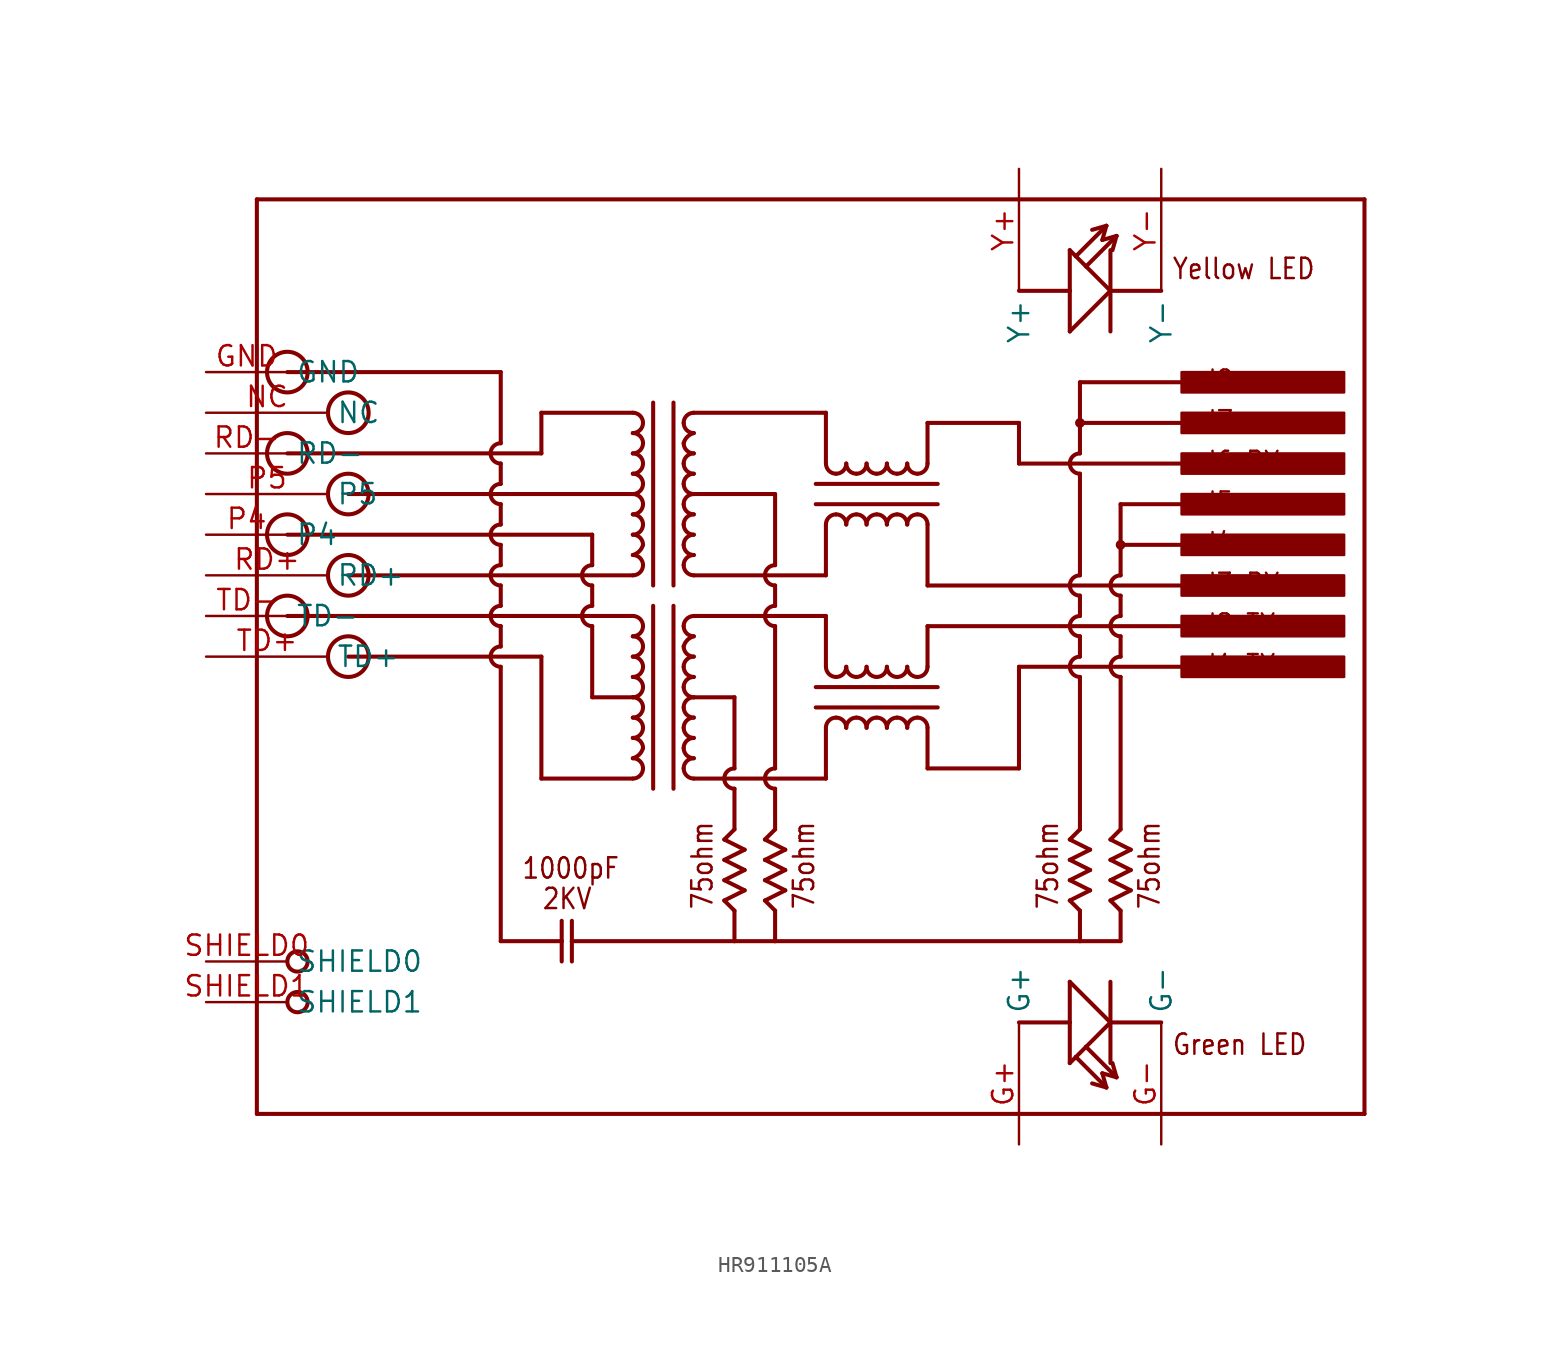
<source format=kicad_sym>
(kicad_symbol_lib
  (version 20211014)
  (generator kicad_symbol_editor)
  (symbol "HR911105A"
    (property "Reference" "RJ"
      (at 0 0 0)
      (effects (font (size 1.27 1.27)) hide))
    (property "ki_locked" ""
      (at 0 0 0)
      (effects (font (size 1.27 1.27))))
    (symbol "HR911105A_1_0"
      (circle (center -60.96 2.54) (radius 1.27) (stroke (width 0.254) (type default) (color 0 0 0 0)) (fill (type none)))
      (circle (center -60.96 7.62) (radius 1.27) (stroke (width 0.254) (type default) (color 0 0 0 0)) (fill (type none)))
      (circle (center -60.96 12.7) (radius 1.27) (stroke (width 0.254) (type default) (color 0 0 0 0)) (fill (type none)))
      (circle (center -60.96 17.78) (radius 1.27) (stroke (width 0.254) (type default) (color 0 0 0 0)) (fill (type none)))
      (circle (center -60.325 -21.59) (radius 0.635) (stroke (width 0.254) (type default) (color 0 0 0 0)) (fill (type none)))
      (circle (center -60.325 -19.05) (radius 0.635) (stroke (width 0.254) (type default) (color 0 0 0 0)) (fill (type none)))
      (circle (center -57.15 0) (radius 1.27) (stroke (width 0.254) (type default) (color 0 0 0 0)) (fill (type none)))
      (circle (center -57.15 5.08) (radius 1.27) (stroke (width 0.254) (type default) (color 0 0 0 0)) (fill (type none)))
      (circle (center -57.15 10.16) (radius 1.27) (stroke (width 0.254) (type default) (color 0 0 0 0)) (fill (type none)))
      (circle (center -57.15 15.24) (radius 1.27) (stroke (width 0.254) (type default) (color 0 0 0 0)) (fill (type none)))
      (arc (start -48.26 0) (mid -48.074 -0.449) (end -47.625 -0.635) (stroke (width 0.254) (type default) (color 0 0 0 0)) (fill (type none)))
      (arc (start -48.26 2.54) (mid -48.074 2.091) (end -47.625 1.905) (stroke (width 0.254) (type default) (color 0 0 0 0)) (fill (type none)))
      (arc (start -48.26 5.08) (mid -48.074 4.631) (end -47.625 4.445) (stroke (width 0.254) (type default) (color 0 0 0 0)) (fill (type none)))
      (arc (start -48.26 7.62) (mid -48.074 7.171) (end -47.625 6.985) (stroke (width 0.254) (type default) (color 0 0 0 0)) (fill (type none)))
      (arc (start -48.26 10.16) (mid -48.074 9.711) (end -47.625 9.525) (stroke (width 0.254) (type default) (color 0 0 0 0)) (fill (type none)))
      (arc (start -48.26 12.7) (mid -48.074 12.251) (end -47.625 12.065) (stroke (width 0.254) (type default) (color 0 0 0 0)) (fill (type none)))
      (arc (start -47.625 0.635) (mid -48.074 0.449) (end -48.26 0) (stroke (width 0.254) (type default) (color 0 0 0 0)) (fill (type none)))
      (arc (start -47.625 3.175) (mid -48.074 2.989) (end -48.26 2.54) (stroke (width 0.254) (type default) (color 0 0 0 0)) (fill (type none)))
      (arc (start -47.625 5.715) (mid -48.074 5.529) (end -48.26 5.08) (stroke (width 0.254) (type default) (color 0 0 0 0)) (fill (type none)))
      (arc (start -47.625 8.255) (mid -48.074 8.069) (end -48.26 7.62) (stroke (width 0.254) (type default) (color 0 0 0 0)) (fill (type none)))
      (arc (start -47.625 10.795) (mid -48.074 10.609) (end -48.26 10.16) (stroke (width 0.254) (type default) (color 0 0 0 0)) (fill (type none)))
      (arc (start -47.625 13.335) (mid -48.074 13.149) (end -48.26 12.7) (stroke (width 0.254) (type default) (color 0 0 0 0)) (fill (type none)))
      (arc (start -42.545 2.54) (mid -42.359 2.091) (end -41.91 1.905) (stroke (width 0.254) (type default) (color 0 0 0 0)) (fill (type none)))
      (arc (start -42.545 5.08) (mid -42.359 4.631) (end -41.91 4.445) (stroke (width 0.254) (type default) (color 0 0 0 0)) (fill (type none)))
      (arc (start -41.91 3.175) (mid -42.359 2.989) (end -42.545 2.54) (stroke (width 0.254) (type default) (color 0 0 0 0)) (fill (type none)))
      (arc (start -41.91 5.715) (mid -42.359 5.529) (end -42.545 5.08) (stroke (width 0.254) (type default) (color 0 0 0 0)) (fill (type none)))
      (arc (start -39.37 -7.62) (mid -38.921 -7.434) (end -38.735 -6.985) (stroke (width 0.254) (type default) (color 0 0 0 0)) (fill (type none)))
      (arc (start -39.37 -6.35) (mid -38.9674 -6.1176) (end -38.735 -5.715) (stroke (width 0.254) (type default) (color 0 0 0 0)) (fill (type none)))
      (arc (start -39.37 -5.08) (mid -38.921 -4.894) (end -38.735 -4.445) (stroke (width 0.254) (type default) (color 0 0 0 0)) (fill (type none)))
      (arc (start -39.37 -3.81) (mid -38.921 -3.624) (end -38.735 -3.175) (stroke (width 0.254) (type default) (color 0 0 0 0)) (fill (type none)))
      (arc (start -39.37 -2.54) (mid -38.921 -2.354) (end -38.735 -1.905) (stroke (width 0.254) (type default) (color 0 0 0 0)) (fill (type none)))
      (arc (start -39.37 -1.27) (mid -38.921 -1.084) (end -38.735 -0.635) (stroke (width 0.254) (type default) (color 0 0 0 0)) (fill (type none)))
      (arc (start -39.37 0) (mid -38.921 0.186) (end -38.735 0.635) (stroke (width 0.254) (type default) (color 0 0 0 0)) (fill (type none)))
      (arc (start -39.37 1.27) (mid -38.921 1.456) (end -38.735 1.905) (stroke (width 0.254) (type default) (color 0 0 0 0)) (fill (type none)))
      (arc (start -39.37 5.08) (mid -38.921 5.266) (end -38.735 5.715) (stroke (width 0.254) (type default) (color 0 0 0 0)) (fill (type none)))
      (arc (start -39.37 6.35) (mid -38.9674 6.5824) (end -38.735 6.985) (stroke (width 0.254) (type default) (color 0 0 0 0)) (fill (type none)))
      (arc (start -39.37 7.62) (mid -38.921 7.806) (end -38.735 8.255) (stroke (width 0.254) (type default) (color 0 0 0 0)) (fill (type none)))
      (arc (start -39.37 8.89) (mid -38.921 9.076) (end -38.735 9.525) (stroke (width 0.254) (type default) (color 0 0 0 0)) (fill (type none)))
      (arc (start -39.37 10.16) (mid -38.921 10.346) (end -38.735 10.795) (stroke (width 0.254) (type default) (color 0 0 0 0)) (fill (type none)))
      (arc (start -39.37 11.43) (mid -38.921 11.616) (end -38.735 12.065) (stroke (width 0.254) (type default) (color 0 0 0 0)) (fill (type none)))
      (arc (start -39.37 12.7) (mid -38.921 12.886) (end -38.735 13.335) (stroke (width 0.254) (type default) (color 0 0 0 0)) (fill (type none)))
      (arc (start -39.37 13.97) (mid -38.921 14.156) (end -38.735 14.605) (stroke (width 0.254) (type default) (color 0 0 0 0)) (fill (type none)))
      (arc (start -38.735 -6.985) (mid -38.921 -6.536) (end -39.37 -6.35) (stroke (width 0.254) (type default) (color 0 0 0 0)) (fill (type none)))
      (arc (start -38.735 -5.715) (mid -38.921 -5.266) (end -39.37 -5.08) (stroke (width 0.254) (type default) (color 0 0 0 0)) (fill (type none)))
      (arc (start -38.735 -4.445) (mid -38.921 -3.996) (end -39.37 -3.81) (stroke (width 0.254) (type default) (color 0 0 0 0)) (fill (type none)))
      (arc (start -38.735 -3.175) (mid -38.921 -2.726) (end -39.37 -2.54) (stroke (width 0.254) (type default) (color 0 0 0 0)) (fill (type none)))
      (arc (start -38.735 -1.905) (mid -38.921 -1.456) (end -39.37 -1.27) (stroke (width 0.254) (type default) (color 0 0 0 0)) (fill (type none)))
      (arc (start -38.735 -0.635) (mid -38.921 -0.186) (end -39.37 0) (stroke (width 0.254) (type default) (color 0 0 0 0)) (fill (type none)))
      (arc (start -38.735 0.635) (mid -38.921 1.084) (end -39.37 1.27) (stroke (width 0.254) (type default) (color 0 0 0 0)) (fill (type none)))
      (arc (start -38.735 1.905) (mid -38.921 2.354) (end -39.37 2.54) (stroke (width 0.254) (type default) (color 0 0 0 0)) (fill (type none)))
      (arc (start -38.735 5.715) (mid -38.921 6.164) (end -39.37 6.35) (stroke (width 0.254) (type default) (color 0 0 0 0)) (fill (type none)))
      (arc (start -38.735 6.985) (mid -38.921 7.434) (end -39.37 7.62) (stroke (width 0.254) (type default) (color 0 0 0 0)) (fill (type none)))
      (arc (start -38.735 8.255) (mid -38.921 8.704) (end -39.37 8.89) (stroke (width 0.254) (type default) (color 0 0 0 0)) (fill (type none)))
      (arc (start -38.735 9.525) (mid -38.921 9.974) (end -39.37 10.16) (stroke (width 0.254) (type default) (color 0 0 0 0)) (fill (type none)))
      (arc (start -38.735 10.795) (mid -38.921 11.244) (end -39.37 11.43) (stroke (width 0.254) (type default) (color 0 0 0 0)) (fill (type none)))
      (arc (start -38.735 12.065) (mid -38.921 12.514) (end -39.37 12.7) (stroke (width 0.254) (type default) (color 0 0 0 0)) (fill (type none)))
      (arc (start -38.735 13.335) (mid -38.921 13.784) (end -39.37 13.97) (stroke (width 0.254) (type default) (color 0 0 0 0)) (fill (type none)))
      (arc (start -38.735 14.605) (mid -38.921 15.054) (end -39.37 15.24) (stroke (width 0.254) (type default) (color 0 0 0 0)) (fill (type none)))
      (arc (start -36.195 -6.985) (mid -36.009 -7.434) (end -35.56 -7.62) (stroke (width 0.254) (type default) (color 0 0 0 0)) (fill (type none)))
      (arc (start -36.195 -5.715) (mid -36.009 -6.164) (end -35.56 -6.35) (stroke (width 0.254) (type default) (color 0 0 0 0)) (fill (type none)))
      (arc (start -36.195 -4.445) (mid -36.009 -4.894) (end -35.56 -5.08) (stroke (width 0.254) (type default) (color 0 0 0 0)) (fill (type none)))
      (arc (start -36.195 -3.175) (mid -36.009 -3.624) (end -35.56 -3.81) (stroke (width 0.254) (type default) (color 0 0 0 0)) (fill (type none)))
      (arc (start -36.195 -1.905) (mid -36.009 -2.354) (end -35.56 -2.54) (stroke (width 0.254) (type default) (color 0 0 0 0)) (fill (type none)))
      (arc (start -36.195 -0.635) (mid -36.009 -1.084) (end -35.56 -1.27) (stroke (width 0.254) (type default) (color 0 0 0 0)) (fill (type none)))
      (arc (start -36.195 0.635) (mid -36.009 0.186) (end -35.56 0) (stroke (width 0.254) (type default) (color 0 0 0 0)) (fill (type none)))
      (arc (start -36.195 1.905) (mid -36.009 1.456) (end -35.56 1.27) (stroke (width 0.254) (type default) (color 0 0 0 0)) (fill (type none)))
      (arc (start -36.195 5.715) (mid -36.009 5.266) (end -35.56 5.08) (stroke (width 0.254) (type default) (color 0 0 0 0)) (fill (type none)))
      (arc (start -36.195 6.985) (mid -36.009 6.536) (end -35.56 6.35) (stroke (width 0.254) (type default) (color 0 0 0 0)) (fill (type none)))
      (arc (start -36.195 8.255) (mid -36.009 7.806) (end -35.56 7.62) (stroke (width 0.254) (type default) (color 0 0 0 0)) (fill (type none)))
      (arc (start -36.195 9.525) (mid -36.009 9.076) (end -35.56 8.89) (stroke (width 0.254) (type default) (color 0 0 0 0)) (fill (type none)))
      (arc (start -36.195 10.795) (mid -36.009 10.346) (end -35.56 10.16) (stroke (width 0.254) (type default) (color 0 0 0 0)) (fill (type none)))
      (arc (start -36.195 12.065) (mid -36.009 11.616) (end -35.56 11.43) (stroke (width 0.254) (type default) (color 0 0 0 0)) (fill (type none)))
      (arc (start -36.195 13.335) (mid -36.009 12.886) (end -35.56 12.7) (stroke (width 0.254) (type default) (color 0 0 0 0)) (fill (type none)))
      (arc (start -36.195 14.605) (mid -36.009 14.156) (end -35.56 13.97) (stroke (width 0.254) (type default) (color 0 0 0 0)) (fill (type none)))
      (arc (start -35.56 -6.35) (mid -36.009 -6.536) (end -36.195 -6.985) (stroke (width 0.254) (type default) (color 0 0 0 0)) (fill (type none)))
      (arc (start -35.56 -5.08) (mid -36.009 -5.266) (end -36.195 -5.715) (stroke (width 0.254) (type default) (color 0 0 0 0)) (fill (type none)))
      (arc (start -35.56 -3.81) (mid -36.009 -3.996) (end -36.195 -4.445) (stroke (width 0.254) (type default) (color 0 0 0 0)) (fill (type none)))
      (arc (start -35.56 -2.54) (mid -36.009 -2.726) (end -36.195 -3.175) (stroke (width 0.254) (type default) (color 0 0 0 0)) (fill (type none)))
      (arc (start -35.56 -1.27) (mid -36.009 -1.456) (end -36.195 -1.905) (stroke (width 0.254) (type default) (color 0 0 0 0)) (fill (type none)))
      (arc (start -35.56 0) (mid -36.009 -0.186) (end -36.195 -0.635) (stroke (width 0.254) (type default) (color 0 0 0 0)) (fill (type none)))
      (arc (start -35.56 1.27) (mid -35.9626 1.0376) (end -36.195 0.635) (stroke (width 0.254) (type default) (color 0 0 0 0)) (fill (type none)))
      (arc (start -35.56 2.54) (mid -36.009 2.354) (end -36.195 1.905) (stroke (width 0.254) (type default) (color 0 0 0 0)) (fill (type none)))
      (arc (start -35.56 6.35) (mid -36.009 6.164) (end -36.195 5.715) (stroke (width 0.254) (type default) (color 0 0 0 0)) (fill (type none)))
      (arc (start -35.56 7.62) (mid -36.009 7.434) (end -36.195 6.985) (stroke (width 0.254) (type default) (color 0 0 0 0)) (fill (type none)))
      (arc (start -35.56 8.89) (mid -36.009 8.704) (end -36.195 8.255) (stroke (width 0.254) (type default) (color 0 0 0 0)) (fill (type none)))
      (arc (start -35.56 10.16) (mid -36.009 9.974) (end -36.195 9.525) (stroke (width 0.254) (type default) (color 0 0 0 0)) (fill (type none)))
      (arc (start -35.56 11.43) (mid -36.009 11.244) (end -36.195 10.795) (stroke (width 0.254) (type default) (color 0 0 0 0)) (fill (type none)))
      (arc (start -35.56 12.7) (mid -36.009 12.514) (end -36.195 12.065) (stroke (width 0.254) (type default) (color 0 0 0 0)) (fill (type none)))
      (arc (start -35.56 13.97) (mid -35.9626 13.7376) (end -36.195 13.335) (stroke (width 0.254) (type default) (color 0 0 0 0)) (fill (type none)))
      (arc (start -35.56 15.24) (mid -36.009 15.054) (end -36.195 14.605) (stroke (width 0.254) (type default) (color 0 0 0 0)) (fill (type none)))
      (arc (start -33.655 -7.62) (mid -33.469 -8.069) (end -33.02 -8.255) (stroke (width 0.254) (type default) (color 0 0 0 0)) (fill (type none)))
      (arc (start -33.02 -6.985) (mid -33.469 -7.171) (end -33.655 -7.62) (stroke (width 0.254) (type default) (color 0 0 0 0)) (fill (type none)))
      (arc (start -31.115 -7.62) (mid -30.929 -8.069) (end -30.48 -8.255) (stroke (width 0.254) (type default) (color 0 0 0 0)) (fill (type none)))
      (arc (start -31.115 2.54) (mid -30.929 2.091) (end -30.48 1.905) (stroke (width 0.254) (type default) (color 0 0 0 0)) (fill (type none)))
      (arc (start -31.115 5.08) (mid -30.929 4.631) (end -30.48 4.445) (stroke (width 0.254) (type default) (color 0 0 0 0)) (fill (type none)))
      (arc (start -30.48 -6.985) (mid -30.929 -7.171) (end -31.115 -7.62) (stroke (width 0.254) (type default) (color 0 0 0 0)) (fill (type none)))
      (arc (start -30.48 3.175) (mid -30.929 2.989) (end -31.115 2.54) (stroke (width 0.254) (type default) (color 0 0 0 0)) (fill (type none)))
      (arc (start -30.48 5.715) (mid -30.929 5.529) (end -31.115 5.08) (stroke (width 0.254) (type default) (color 0 0 0 0)) (fill (type none)))
      (arc (start -27.305 -0.635) (mid -27.119 -1.084) (end -26.67 -1.27) (stroke (width 0.254) (type default) (color 0 0 0 0)) (fill (type none)))
      (arc (start -27.305 12.065) (mid -27.119 11.616) (end -26.67 11.43) (stroke (width 0.254) (type default) (color 0 0 0 0)) (fill (type none)))
      (arc (start -26.67 -3.81) (mid -27.119 -3.996) (end -27.305 -4.445) (stroke (width 0.254) (type default) (color 0 0 0 0)) (fill (type none)))
      (arc (start -26.67 -1.27) (mid -26.221 -1.084) (end -26.035 -0.635) (stroke (width 0.254) (type default) (color 0 0 0 0)) (fill (type none)))
      (arc (start -26.67 8.89) (mid -27.119 8.704) (end -27.305 8.255) (stroke (width 0.254) (type default) (color 0 0 0 0)) (fill (type none)))
      (arc (start -26.67 11.43) (mid -26.221 11.616) (end -26.035 12.065) (stroke (width 0.254) (type default) (color 0 0 0 0)) (fill (type none)))
      (arc (start -26.035 -4.445) (mid -26.221 -3.996) (end -26.67 -3.81) (stroke (width 0.254) (type default) (color 0 0 0 0)) (fill (type none)))
      (arc (start -26.035 -0.635) (mid -25.849 -1.084) (end -25.4 -1.27) (stroke (width 0.254) (type default) (color 0 0 0 0)) (fill (type none)))
      (arc (start -26.035 8.255) (mid -26.221 8.704) (end -26.67 8.89) (stroke (width 0.254) (type default) (color 0 0 0 0)) (fill (type none)))
      (arc (start -26.035 12.065) (mid -25.849 11.616) (end -25.4 11.43) (stroke (width 0.254) (type default) (color 0 0 0 0)) (fill (type none)))
      (arc (start -25.4 -3.81) (mid -25.849 -3.996) (end -26.035 -4.445) (stroke (width 0.254) (type default) (color 0 0 0 0)) (fill (type none)))
      (arc (start -25.4 -1.27) (mid -24.951 -1.084) (end -24.765 -0.635) (stroke (width 0.254) (type default) (color 0 0 0 0)) (fill (type none)))
      (arc (start -25.4 8.89) (mid -25.849 8.704) (end -26.035 8.255) (stroke (width 0.254) (type default) (color 0 0 0 0)) (fill (type none)))
      (arc (start -25.4 11.43) (mid -24.951 11.616) (end -24.765 12.065) (stroke (width 0.254) (type default) (color 0 0 0 0)) (fill (type none)))
      (arc (start -24.765 -4.445) (mid -24.951 -3.996) (end -25.4 -3.81) (stroke (width 0.254) (type default) (color 0 0 0 0)) (fill (type none)))
      (arc (start -24.765 -0.635) (mid -24.579 -1.084) (end -24.13 -1.27) (stroke (width 0.254) (type default) (color 0 0 0 0)) (fill (type none)))
      (arc (start -24.765 8.255) (mid -24.951 8.704) (end -25.4 8.89) (stroke (width 0.254) (type default) (color 0 0 0 0)) (fill (type none)))
      (arc (start -24.765 12.065) (mid -24.579 11.616) (end -24.13 11.43) (stroke (width 0.254) (type default) (color 0 0 0 0)) (fill (type none)))
      (arc (start -24.13 -3.81) (mid -24.579 -3.996) (end -24.765 -4.445) (stroke (width 0.254) (type default) (color 0 0 0 0)) (fill (type none)))
      (arc (start -24.13 -1.27) (mid -23.681 -1.084) (end -23.495 -0.635) (stroke (width 0.254) (type default) (color 0 0 0 0)) (fill (type none)))
      (arc (start -24.13 8.89) (mid -24.579 8.704) (end -24.765 8.255) (stroke (width 0.254) (type default) (color 0 0 0 0)) (fill (type none)))
      (arc (start -24.13 11.43) (mid -23.681 11.616) (end -23.495 12.065) (stroke (width 0.254) (type default) (color 0 0 0 0)) (fill (type none)))
      (arc (start -23.495 -4.445) (mid -23.681 -3.996) (end -24.13 -3.81) (stroke (width 0.254) (type default) (color 0 0 0 0)) (fill (type none)))
      (arc (start -23.495 -0.635) (mid -23.309 -1.084) (end -22.86 -1.27) (stroke (width 0.254) (type default) (color 0 0 0 0)) (fill (type none)))
      (arc (start -23.495 8.255) (mid -23.681 8.704) (end -24.13 8.89) (stroke (width 0.254) (type default) (color 0 0 0 0)) (fill (type none)))
      (arc (start -23.495 12.065) (mid -23.309 11.616) (end -22.86 11.43) (stroke (width 0.254) (type default) (color 0 0 0 0)) (fill (type none)))
      (arc (start -22.86 -3.81) (mid -23.309 -3.996) (end -23.495 -4.445) (stroke (width 0.254) (type default) (color 0 0 0 0)) (fill (type none)))
      (arc (start -22.86 -1.27) (mid -22.411 -1.084) (end -22.225 -0.635) (stroke (width 0.254) (type default) (color 0 0 0 0)) (fill (type none)))
      (arc (start -22.86 8.89) (mid -23.309 8.704) (end -23.495 8.255) (stroke (width 0.254) (type default) (color 0 0 0 0)) (fill (type none)))
      (arc (start -22.86 11.43) (mid -22.411 11.616) (end -22.225 12.065) (stroke (width 0.254) (type default) (color 0 0 0 0)) (fill (type none)))
      (arc (start -22.225 -4.445) (mid -22.411 -3.996) (end -22.86 -3.81) (stroke (width 0.254) (type default) (color 0 0 0 0)) (fill (type none)))
      (arc (start -22.225 -0.635) (mid -22.039 -1.084) (end -21.59 -1.27) (stroke (width 0.254) (type default) (color 0 0 0 0)) (fill (type none)))
      (arc (start -22.225 8.255) (mid -22.411 8.704) (end -22.86 8.89) (stroke (width 0.254) (type default) (color 0 0 0 0)) (fill (type none)))
      (arc (start -22.225 12.065) (mid -22.039 11.616) (end -21.59 11.43) (stroke (width 0.254) (type default) (color 0 0 0 0)) (fill (type none)))
      (arc (start -21.59 -3.81) (mid -22.039 -3.996) (end -22.225 -4.445) (stroke (width 0.254) (type default) (color 0 0 0 0)) (fill (type none)))
      (arc (start -21.59 -1.27) (mid -21.141 -1.084) (end -20.955 -0.635) (stroke (width 0.254) (type default) (color 0 0 0 0)) (fill (type none)))
      (arc (start -21.59 8.89) (mid -22.039 8.704) (end -22.225 8.255) (stroke (width 0.254) (type default) (color 0 0 0 0)) (fill (type none)))
      (arc (start -21.59 11.43) (mid -21.141 11.616) (end -20.955 12.065) (stroke (width 0.254) (type default) (color 0 0 0 0)) (fill (type none)))
      (arc (start -20.955 -4.445) (mid -21.141 -3.996) (end -21.59 -3.81) (stroke (width 0.254) (type default) (color 0 0 0 0)) (fill (type none)))
      (arc (start -20.955 8.255) (mid -21.141 8.704) (end -21.59 8.89) (stroke (width 0.254) (type default) (color 0 0 0 0)) (fill (type none)))
      (arc (start -12.065 -0.635) (mid -11.879 -1.084) (end -11.43 -1.27) (stroke (width 0.254) (type default) (color 0 0 0 0)) (fill (type none)))
      (arc (start -12.065 1.905) (mid -11.879 1.456) (end -11.43 1.27) (stroke (width 0.254) (type default) (color 0 0 0 0)) (fill (type none)))
      (arc (start -12.065 4.445) (mid -11.879 3.996) (end -11.43 3.81) (stroke (width 0.254) (type default) (color 0 0 0 0)) (fill (type none)))
      (arc (start -12.065 12.065) (mid -11.879 11.616) (end -11.43 11.43) (stroke (width 0.254) (type default) (color 0 0 0 0)) (fill (type none)))
      (arc (start -11.43 0) (mid -11.879 -0.186) (end -12.065 -0.635) (stroke (width 0.254) (type default) (color 0 0 0 0)) (fill (type none)))
      (arc (start -11.43 2.54) (mid -11.879 2.354) (end -12.065 1.905) (stroke (width 0.254) (type default) (color 0 0 0 0)) (fill (type none)))
      (arc (start -11.43 5.08) (mid -11.879 4.894) (end -12.065 4.445) (stroke (width 0.254) (type default) (color 0 0 0 0)) (fill (type none)))
      (arc (start -11.43 12.7) (mid -11.879 12.514) (end -12.065 12.065) (stroke (width 0.254) (type default) (color 0 0 0 0)) (fill (type none)))
      (circle (center -11.43 14.605) (radius 0.18) (stroke (width 0.254) (type default) (color 0 0 0 0)) (fill (type none)))
      (arc (start -9.525 -0.635) (mid -9.339 -1.084) (end -8.89 -1.27) (stroke (width 0.254) (type default) (color 0 0 0 0)) (fill (type none)))
      (arc (start -9.525 1.905) (mid -9.339 1.456) (end -8.89 1.27) (stroke (width 0.254) (type default) (color 0 0 0 0)) (fill (type none)))
      (arc (start -9.525 4.445) (mid -9.339 3.996) (end -8.89 3.81) (stroke (width 0.254) (type default) (color 0 0 0 0)) (fill (type none)))
      (arc (start -8.89 0) (mid -9.339 -0.186) (end -9.525 -0.635) (stroke (width 0.254) (type default) (color 0 0 0 0)) (fill (type none)))
      (arc (start -8.89 2.54) (mid -9.339 2.354) (end -9.525 1.905) (stroke (width 0.254) (type default) (color 0 0 0 0)) (fill (type none)))
      (arc (start -8.89 5.08) (mid -9.339 4.894) (end -9.525 4.445) (stroke (width 0.254) (type default) (color 0 0 0 0)) (fill (type none)))
      (circle (center -8.89 6.985) (radius 0.18) (stroke (width 0.254) (type default) (color 0 0 0 0)) (fill (type none)))
      (rectangle (start -5.08 -1.27) (end 5.08 0) (stroke (width 0) (type default) (color 0 0 0 0)) (fill (type outline)))
      (rectangle (start -5.08 1.27) (end 5.08 2.54) (stroke (width 0) (type default) (color 0 0 0 0)) (fill (type outline)))
      (rectangle (start -5.08 3.81) (end 5.08 5.08) (stroke (width 0) (type default) (color 0 0 0 0)) (fill (type outline)))
      (rectangle (start -5.08 6.35) (end 5.08 7.62) (stroke (width 0) (type default) (color 0 0 0 0)) (fill (type outline)))
      (rectangle (start -5.08 8.89) (end 5.08 10.16) (stroke (width 0) (type default) (color 0 0 0 0)) (fill (type outline)))
      (rectangle (start -5.08 11.43) (end 5.08 12.7) (stroke (width 0) (type default) (color 0 0 0 0)) (fill (type outline)))
      (rectangle (start -5.08 13.97) (end 5.08 15.24) (stroke (width 0) (type default) (color 0 0 0 0)) (fill (type outline)))
      (rectangle (start -5.08 16.51) (end 5.08 17.78) (stroke (width 0) (type default) (color 0 0 0 0)) (fill (type outline)))
      (polyline (pts (xy -62.865 -28.575) (xy -62.865 28.575)) (stroke (width 0.254) (type default) (color 0 0 0 0)) (fill (type none)))
      (polyline (pts (xy -62.865 28.575) (xy 6.35 28.575)) (stroke (width 0.254) (type default) (color 0 0 0 0)) (fill (type none)))
      (polyline (pts (xy -60.96 7.62) (xy -48.26 7.62)) (stroke (width 0.254) (type default) (color 0 0 0 0)) (fill (type none)))
      (polyline (pts (xy -60.96 12.7) (xy -48.26 12.7)) (stroke (width 0.254) (type default) (color 0 0 0 0)) (fill (type none)))
      (polyline (pts (xy -60.96 17.78) (xy -47.625 17.78)) (stroke (width 0.254) (type default) (color 0 0 0 0)) (fill (type none)))
      (polyline (pts (xy -57.15 5.08) (xy -48.26 5.08)) (stroke (width 0.254) (type default) (color 0 0 0 0)) (fill (type none)))
      (polyline (pts (xy -48.26 0) (xy -57.15 0)) (stroke (width 0.254) (type default) (color 0 0 0 0)) (fill (type none)))
      (polyline (pts (xy -48.26 2.54) (xy -60.96 2.54)) (stroke (width 0.254) (type default) (color 0 0 0 0)) (fill (type none)))
      (polyline (pts (xy -48.26 5.08) (xy -42.545 5.08)) (stroke (width 0.254) (type default) (color 0 0 0 0)) (fill (type none)))
      (polyline (pts (xy -48.26 7.62) (xy -41.91 7.62)) (stroke (width 0.254) (type default) (color 0 0 0 0)) (fill (type none)))
      (polyline (pts (xy -48.26 10.16) (xy -57.15 10.16)) (stroke (width 0.254) (type default) (color 0 0 0 0)) (fill (type none)))
      (polyline (pts (xy -48.26 12.7) (xy -45.085 12.7)) (stroke (width 0.254) (type default) (color 0 0 0 0)) (fill (type none)))
      (polyline (pts (xy -47.625 -17.78) (xy -47.625 -0.635)) (stroke (width 0.254) (type default) (color 0 0 0 0)) (fill (type none)))
      (polyline (pts (xy -47.625 0.635) (xy -47.625 1.905)) (stroke (width 0.254) (type default) (color 0 0 0 0)) (fill (type none)))
      (polyline (pts (xy -47.625 3.175) (xy -47.625 4.445)) (stroke (width 0.254) (type default) (color 0 0 0 0)) (fill (type none)))
      (polyline (pts (xy -47.625 5.715) (xy -47.625 6.985)) (stroke (width 0.254) (type default) (color 0 0 0 0)) (fill (type none)))
      (polyline (pts (xy -47.625 8.255) (xy -47.625 9.525)) (stroke (width 0.254) (type default) (color 0 0 0 0)) (fill (type none)))
      (polyline (pts (xy -47.625 10.795) (xy -47.625 12.065)) (stroke (width 0.254) (type default) (color 0 0 0 0)) (fill (type none)))
      (polyline (pts (xy -47.625 17.78) (xy -47.625 13.335)) (stroke (width 0.254) (type default) (color 0 0 0 0)) (fill (type none)))
      (polyline (pts (xy -45.085 -7.62) (xy -45.085 0)) (stroke (width 0.254) (type default) (color 0 0 0 0)) (fill (type none)))
      (polyline (pts (xy -45.085 0) (xy -48.26 0)) (stroke (width 0.254) (type default) (color 0 0 0 0)) (fill (type none)))
      (polyline (pts (xy -45.085 12.7) (xy -45.085 15.24)) (stroke (width 0.254) (type default) (color 0 0 0 0)) (fill (type none)))
      (polyline (pts (xy -43.815 -17.78) (xy -47.625 -17.78)) (stroke (width 0.254) (type default) (color 0 0 0 0)) (fill (type none)))
      (polyline (pts (xy -43.815 -17.78) (xy -43.815 -19.05)) (stroke (width 0.254) (type default) (color 0 0 0 0)) (fill (type none)))
      (polyline (pts (xy -43.815 -16.51) (xy -43.815 -17.78)) (stroke (width 0.254) (type default) (color 0 0 0 0)) (fill (type none)))
      (polyline (pts (xy -43.18 -17.78) (xy -43.18 -19.05)) (stroke (width 0.254) (type default) (color 0 0 0 0)) (fill (type none)))
      (polyline (pts (xy -43.18 -17.78) (xy -43.18 -16.51)) (stroke (width 0.254) (type default) (color 0 0 0 0)) (fill (type none)))
      (polyline (pts (xy -42.545 2.54) (xy -48.26 2.54)) (stroke (width 0.254) (type default) (color 0 0 0 0)) (fill (type none)))
      (polyline (pts (xy -42.545 5.08) (xy -39.37 5.08)) (stroke (width 0.254) (type default) (color 0 0 0 0)) (fill (type none)))
      (polyline (pts (xy -41.91 -2.54) (xy -39.37 -2.54)) (stroke (width 0.254) (type default) (color 0 0 0 0)) (fill (type none)))
      (polyline (pts (xy -41.91 1.905) (xy -41.91 -2.54)) (stroke (width 0.254) (type default) (color 0 0 0 0)) (fill (type none)))
      (polyline (pts (xy -41.91 4.445) (xy -41.91 3.175)) (stroke (width 0.254) (type default) (color 0 0 0 0)) (fill (type none)))
      (polyline (pts (xy -41.91 7.62) (xy -41.91 5.715)) (stroke (width 0.254) (type default) (color 0 0 0 0)) (fill (type none)))
      (polyline (pts (xy -39.37 -7.62) (xy -45.085 -7.62)) (stroke (width 0.254) (type default) (color 0 0 0 0)) (fill (type none)))
      (polyline (pts (xy -39.37 2.54) (xy -42.545 2.54)) (stroke (width 0.254) (type default) (color 0 0 0 0)) (fill (type none)))
      (polyline (pts (xy -39.37 10.16) (xy -48.26 10.16)) (stroke (width 0.254) (type default) (color 0 0 0 0)) (fill (type none)))
      (polyline (pts (xy -39.37 15.24) (xy -45.085 15.24)) (stroke (width 0.254) (type default) (color 0 0 0 0)) (fill (type none)))
      (polyline (pts (xy -38.1 3.175) (xy -38.1 -8.255)) (stroke (width 0.254) (type default) (color 0 0 0 0)) (fill (type none)))
      (polyline (pts (xy -38.1 15.875) (xy -38.1 4.445)) (stroke (width 0.254) (type default) (color 0 0 0 0)) (fill (type none)))
      (polyline (pts (xy -36.83 3.175) (xy -36.83 -8.255)) (stroke (width 0.254) (type default) (color 0 0 0 0)) (fill (type none)))
      (polyline (pts (xy -36.83 15.875) (xy -36.83 4.445)) (stroke (width 0.254) (type default) (color 0 0 0 0)) (fill (type none)))
      (polyline (pts (xy -35.56 -7.62) (xy -33.655 -7.62)) (stroke (width 0.254) (type default) (color 0 0 0 0)) (fill (type none)))
      (polyline (pts (xy -35.56 5.08) (xy -31.115 5.08)) (stroke (width 0.254) (type default) (color 0 0 0 0)) (fill (type none)))
      (polyline (pts (xy -35.56 10.16) (xy -30.48 10.16)) (stroke (width 0.254) (type default) (color 0 0 0 0)) (fill (type none)))
      (polyline (pts (xy -33.655 -15.24) (xy -33.02 -15.875)) (stroke (width 0.254) (type default) (color 0 0 0 0)) (fill (type none)))
      (polyline (pts (xy -33.655 -13.97) (xy -32.385 -14.605)) (stroke (width 0.254) (type default) (color 0 0 0 0)) (fill (type none)))
      (polyline (pts (xy -33.655 -12.7) (xy -32.385 -13.335)) (stroke (width 0.254) (type default) (color 0 0 0 0)) (fill (type none)))
      (polyline (pts (xy -33.655 -11.43) (xy -32.385 -12.065)) (stroke (width 0.254) (type default) (color 0 0 0 0)) (fill (type none)))
      (polyline (pts (xy -33.655 -7.62) (xy -31.115 -7.62)) (stroke (width 0.254) (type default) (color 0 0 0 0)) (fill (type none)))
      (polyline (pts (xy -33.02 -17.78) (xy -43.18 -17.78)) (stroke (width 0.254) (type default) (color 0 0 0 0)) (fill (type none)))
      (polyline (pts (xy -33.02 -15.875) (xy -33.02 -17.78)) (stroke (width 0.254) (type default) (color 0 0 0 0)) (fill (type none)))
      (polyline (pts (xy -33.02 -10.795) (xy -33.655 -11.43)) (stroke (width 0.254) (type default) (color 0 0 0 0)) (fill (type none)))
      (polyline (pts (xy -33.02 -8.255) (xy -33.02 -10.795)) (stroke (width 0.254) (type default) (color 0 0 0 0)) (fill (type none)))
      (polyline (pts (xy -33.02 -6.985) (xy -33.02 -2.54)) (stroke (width 0.254) (type default) (color 0 0 0 0)) (fill (type none)))
      (polyline (pts (xy -33.02 -2.54) (xy -35.56 -2.54)) (stroke (width 0.254) (type default) (color 0 0 0 0)) (fill (type none)))
      (polyline (pts (xy -32.385 -14.605) (xy -33.655 -15.24)) (stroke (width 0.254) (type default) (color 0 0 0 0)) (fill (type none)))
      (polyline (pts (xy -32.385 -13.335) (xy -33.655 -13.97)) (stroke (width 0.254) (type default) (color 0 0 0 0)) (fill (type none)))
      (polyline (pts (xy -32.385 -12.065) (xy -33.655 -12.7)) (stroke (width 0.254) (type default) (color 0 0 0 0)) (fill (type none)))
      (polyline (pts (xy -31.115 -15.24) (xy -30.48 -15.875)) (stroke (width 0.254) (type default) (color 0 0 0 0)) (fill (type none)))
      (polyline (pts (xy -31.115 -13.97) (xy -29.845 -14.605)) (stroke (width 0.254) (type default) (color 0 0 0 0)) (fill (type none)))
      (polyline (pts (xy -31.115 -12.7) (xy -29.845 -13.335)) (stroke (width 0.254) (type default) (color 0 0 0 0)) (fill (type none)))
      (polyline (pts (xy -31.115 -11.43) (xy -29.845 -12.065)) (stroke (width 0.254) (type default) (color 0 0 0 0)) (fill (type none)))
      (polyline (pts (xy -31.115 -7.62) (xy -27.305 -7.62)) (stroke (width 0.254) (type default) (color 0 0 0 0)) (fill (type none)))
      (polyline (pts (xy -31.115 2.54) (xy -35.56 2.54)) (stroke (width 0.254) (type default) (color 0 0 0 0)) (fill (type none)))
      (polyline (pts (xy -31.115 5.08) (xy -27.305 5.08)) (stroke (width 0.254) (type default) (color 0 0 0 0)) (fill (type none)))
      (polyline (pts (xy -30.48 -17.78) (xy -33.02 -17.78)) (stroke (width 0.254) (type default) (color 0 0 0 0)) (fill (type none)))
      (polyline (pts (xy -30.48 -15.875) (xy -30.48 -17.78)) (stroke (width 0.254) (type default) (color 0 0 0 0)) (fill (type none)))
      (polyline (pts (xy -30.48 -10.795) (xy -31.115 -11.43)) (stroke (width 0.254) (type default) (color 0 0 0 0)) (fill (type none)))
      (polyline (pts (xy -30.48 -8.255) (xy -30.48 -10.795)) (stroke (width 0.254) (type default) (color 0 0 0 0)) (fill (type none)))
      (polyline (pts (xy -30.48 1.905) (xy -30.48 -6.985)) (stroke (width 0.254) (type default) (color 0 0 0 0)) (fill (type none)))
      (polyline (pts (xy -30.48 4.445) (xy -30.48 3.175)) (stroke (width 0.254) (type default) (color 0 0 0 0)) (fill (type none)))
      (polyline (pts (xy -30.48 10.16) (xy -30.48 5.715)) (stroke (width 0.254) (type default) (color 0 0 0 0)) (fill (type none)))
      (polyline (pts (xy -29.845 -14.605) (xy -31.115 -15.24)) (stroke (width 0.254) (type default) (color 0 0 0 0)) (fill (type none)))
      (polyline (pts (xy -29.845 -13.335) (xy -31.115 -13.97)) (stroke (width 0.254) (type default) (color 0 0 0 0)) (fill (type none)))
      (polyline (pts (xy -29.845 -12.065) (xy -31.115 -12.7)) (stroke (width 0.254) (type default) (color 0 0 0 0)) (fill (type none)))
      (polyline (pts (xy -27.94 -3.175) (xy -20.32 -3.175)) (stroke (width 0.254) (type default) (color 0 0 0 0)) (fill (type none)))
      (polyline (pts (xy -27.94 -1.905) (xy -20.32 -1.905)) (stroke (width 0.254) (type default) (color 0 0 0 0)) (fill (type none)))
      (polyline (pts (xy -27.94 9.525) (xy -20.32 9.525)) (stroke (width 0.254) (type default) (color 0 0 0 0)) (fill (type none)))
      (polyline (pts (xy -27.94 10.795) (xy -20.32 10.795)) (stroke (width 0.254) (type default) (color 0 0 0 0)) (fill (type none)))
      (polyline (pts (xy -27.305 -7.62) (xy -27.305 -4.445)) (stroke (width 0.254) (type default) (color 0 0 0 0)) (fill (type none)))
      (polyline (pts (xy -27.305 -0.635) (xy -27.305 2.54)) (stroke (width 0.254) (type default) (color 0 0 0 0)) (fill (type none)))
      (polyline (pts (xy -27.305 2.54) (xy -31.115 2.54)) (stroke (width 0.254) (type default) (color 0 0 0 0)) (fill (type none)))
      (polyline (pts (xy -27.305 5.08) (xy -27.305 8.255)) (stroke (width 0.254) (type default) (color 0 0 0 0)) (fill (type none)))
      (polyline (pts (xy -27.305 12.065) (xy -27.305 15.24)) (stroke (width 0.254) (type default) (color 0 0 0 0)) (fill (type none)))
      (polyline (pts (xy -27.305 15.24) (xy -35.56 15.24)) (stroke (width 0.254) (type default) (color 0 0 0 0)) (fill (type none)))
      (polyline (pts (xy -20.955 -4.445) (xy -20.955 -6.985)) (stroke (width 0.254) (type default) (color 0 0 0 0)) (fill (type none)))
      (polyline (pts (xy -20.955 1.905) (xy -20.955 -0.635)) (stroke (width 0.254) (type default) (color 0 0 0 0)) (fill (type none)))
      (polyline (pts (xy -20.955 8.255) (xy -20.955 4.445)) (stroke (width 0.254) (type default) (color 0 0 0 0)) (fill (type none)))
      (polyline (pts (xy -20.955 14.605) (xy -20.955 12.065)) (stroke (width 0.254) (type default) (color 0 0 0 0)) (fill (type none)))
      (polyline (pts (xy -15.24 -6.985) (xy -20.955 -6.985)) (stroke (width 0.254) (type default) (color 0 0 0 0)) (fill (type none)))
      (polyline (pts (xy -15.24 -0.635) (xy -15.24 -6.985)) (stroke (width 0.254) (type default) (color 0 0 0 0)) (fill (type none)))
      (polyline (pts (xy -15.24 12.065) (xy -15.24 14.605)) (stroke (width 0.254) (type default) (color 0 0 0 0)) (fill (type none)))
      (polyline (pts (xy -15.24 14.605) (xy -20.955 14.605)) (stroke (width 0.254) (type default) (color 0 0 0 0)) (fill (type none)))
      (polyline (pts (xy -12.065 -25.4) (xy -12.065 -22.86)) (stroke (width 0.254) (type default) (color 0 0 0 0)) (fill (type none)))
      (polyline (pts (xy -12.065 -22.86) (xy -15.24 -22.86)) (stroke (width 0.254) (type default) (color 0 0 0 0)) (fill (type none)))
      (polyline (pts (xy -12.065 -22.86) (xy -12.065 -20.32)) (stroke (width 0.254) (type default) (color 0 0 0 0)) (fill (type none)))
      (polyline (pts (xy -12.065 -20.32) (xy -9.525 -22.86)) (stroke (width 0.254) (type default) (color 0 0 0 0)) (fill (type none)))
      (polyline (pts (xy -12.065 -15.24) (xy -11.43 -15.875)) (stroke (width 0.254) (type default) (color 0 0 0 0)) (fill (type none)))
      (polyline (pts (xy -12.065 -13.97) (xy -10.795 -14.605)) (stroke (width 0.254) (type default) (color 0 0 0 0)) (fill (type none)))
      (polyline (pts (xy -12.065 -12.7) (xy -10.795 -13.335)) (stroke (width 0.254) (type default) (color 0 0 0 0)) (fill (type none)))
      (polyline (pts (xy -12.065 -11.43) (xy -10.795 -12.065)) (stroke (width 0.254) (type default) (color 0 0 0 0)) (fill (type none)))
      (polyline (pts (xy -12.065 20.32) (xy -9.525 22.86)) (stroke (width 0.254) (type default) (color 0 0 0 0)) (fill (type none)))
      (polyline (pts (xy -12.065 22.86) (xy -15.24 22.86)) (stroke (width 0.254) (type default) (color 0 0 0 0)) (fill (type none)))
      (polyline (pts (xy -12.065 22.86) (xy -12.065 20.32)) (stroke (width 0.254) (type default) (color 0 0 0 0)) (fill (type none)))
      (polyline (pts (xy -12.065 25.4) (xy -12.065 22.86)) (stroke (width 0.254) (type default) (color 0 0 0 0)) (fill (type none)))
      (polyline (pts (xy -11.684 -25.019) (xy -12.065 -25.4)) (stroke (width 0.254) (type default) (color 0 0 0 0)) (fill (type none)))
      (polyline (pts (xy -11.684 -25.019) (xy -9.779 -26.924)) (stroke (width 0.254) (type default) (color 0 0 0 0)) (fill (type none)))
      (polyline (pts (xy -11.684 25.019) (xy -12.065 25.4)) (stroke (width 0.254) (type default) (color 0 0 0 0)) (fill (type none)))
      (polyline (pts (xy -11.684 25.019) (xy -9.779 26.924)) (stroke (width 0.254) (type default) (color 0 0 0 0)) (fill (type none)))
      (polyline (pts (xy -11.43 -17.78) (xy -30.48 -17.78)) (stroke (width 0.254) (type default) (color 0 0 0 0)) (fill (type none)))
      (polyline (pts (xy -11.43 -15.875) (xy -11.43 -17.78)) (stroke (width 0.254) (type default) (color 0 0 0 0)) (fill (type none)))
      (polyline (pts (xy -11.43 -10.795) (xy -12.065 -11.43)) (stroke (width 0.254) (type default) (color 0 0 0 0)) (fill (type none)))
      (polyline (pts (xy -11.43 -1.27) (xy -11.43 -10.795)) (stroke (width 0.254) (type default) (color 0 0 0 0)) (fill (type none)))
      (polyline (pts (xy -11.43 1.27) (xy -11.43 0)) (stroke (width 0.254) (type default) (color 0 0 0 0)) (fill (type none)))
      (polyline (pts (xy -11.43 3.81) (xy -11.43 2.54)) (stroke (width 0.254) (type default) (color 0 0 0 0)) (fill (type none)))
      (polyline (pts (xy -11.43 11.43) (xy -11.43 5.08)) (stroke (width 0.254) (type default) (color 0 0 0 0)) (fill (type none)))
      (polyline (pts (xy -11.43 14.605) (xy -11.43 12.7)) (stroke (width 0.254) (type default) (color 0 0 0 0)) (fill (type none)))
      (polyline (pts (xy -11.43 14.605) (xy -4.445 14.605)) (stroke (width 0.254) (type default) (color 0 0 0 0)) (fill (type none)))
      (polyline (pts (xy -11.43 17.145) (xy -11.43 14.605)) (stroke (width 0.254) (type default) (color 0 0 0 0)) (fill (type none)))
      (polyline (pts (xy -11.049 -24.384) (xy -11.684 -25.019)) (stroke (width 0.254) (type default) (color 0 0 0 0)) (fill (type none)))
      (polyline (pts (xy -11.049 -24.384) (xy -9.144 -26.289)) (stroke (width 0.254) (type default) (color 0 0 0 0)) (fill (type none)))
      (polyline (pts (xy -11.049 24.384) (xy -11.684 25.019)) (stroke (width 0.254) (type default) (color 0 0 0 0)) (fill (type none)))
      (polyline (pts (xy -11.049 24.384) (xy -9.144 26.289)) (stroke (width 0.254) (type default) (color 0 0 0 0)) (fill (type none)))
      (polyline (pts (xy -10.795 -14.605) (xy -12.065 -15.24)) (stroke (width 0.254) (type default) (color 0 0 0 0)) (fill (type none)))
      (polyline (pts (xy -10.795 -13.335) (xy -12.065 -13.97)) (stroke (width 0.254) (type default) (color 0 0 0 0)) (fill (type none)))
      (polyline (pts (xy -10.795 -12.065) (xy -12.065 -12.7)) (stroke (width 0.254) (type default) (color 0 0 0 0)) (fill (type none)))
      (polyline (pts (xy -9.779 -26.924) (xy -10.668 -26.67)) (stroke (width 0.254) (type default) (color 0 0 0 0)) (fill (type none)))
      (polyline (pts (xy -9.779 -26.924) (xy -10.033 -26.035)) (stroke (width 0.254) (type default) (color 0 0 0 0)) (fill (type none)))
      (polyline (pts (xy -9.779 26.924) (xy -10.668 26.67)) (stroke (width 0.254) (type default) (color 0 0 0 0)) (fill (type none)))
      (polyline (pts (xy -9.779 26.924) (xy -10.033 26.035)) (stroke (width 0.254) (type default) (color 0 0 0 0)) (fill (type none)))
      (polyline (pts (xy -9.525 -25.4) (xy -9.525 -22.86)) (stroke (width 0.254) (type default) (color 0 0 0 0)) (fill (type none)))
      (polyline (pts (xy -9.525 -22.86) (xy -11.049 -24.384)) (stroke (width 0.254) (type default) (color 0 0 0 0)) (fill (type none)))
      (polyline (pts (xy -9.525 -22.86) (xy -9.525 -20.32)) (stroke (width 0.254) (type default) (color 0 0 0 0)) (fill (type none)))
      (polyline (pts (xy -9.525 -22.86) (xy -6.35 -22.86)) (stroke (width 0.254) (type default) (color 0 0 0 0)) (fill (type none)))
      (polyline (pts (xy -9.525 -15.24) (xy -8.89 -15.875)) (stroke (width 0.254) (type default) (color 0 0 0 0)) (fill (type none)))
      (polyline (pts (xy -9.525 -13.97) (xy -8.255 -14.605)) (stroke (width 0.254) (type default) (color 0 0 0 0)) (fill (type none)))
      (polyline (pts (xy -9.525 -12.7) (xy -8.255 -13.335)) (stroke (width 0.254) (type default) (color 0 0 0 0)) (fill (type none)))
      (polyline (pts (xy -9.525 -11.43) (xy -8.255 -12.065)) (stroke (width 0.254) (type default) (color 0 0 0 0)) (fill (type none)))
      (polyline (pts (xy -9.525 22.86) (xy -11.049 24.384)) (stroke (width 0.254) (type default) (color 0 0 0 0)) (fill (type none)))
      (polyline (pts (xy -9.525 22.86) (xy -9.525 20.32)) (stroke (width 0.254) (type default) (color 0 0 0 0)) (fill (type none)))
      (polyline (pts (xy -9.525 22.86) (xy -6.35 22.86)) (stroke (width 0.254) (type default) (color 0 0 0 0)) (fill (type none)))
      (polyline (pts (xy -9.525 25.4) (xy -9.525 22.86)) (stroke (width 0.254) (type default) (color 0 0 0 0)) (fill (type none)))
      (polyline (pts (xy -9.144 -26.289) (xy -10.033 -26.035)) (stroke (width 0.254) (type default) (color 0 0 0 0)) (fill (type none)))
      (polyline (pts (xy -9.144 -26.289) (xy -9.398 -25.4)) (stroke (width 0.254) (type default) (color 0 0 0 0)) (fill (type none)))
      (polyline (pts (xy -9.144 26.289) (xy -10.033 26.035)) (stroke (width 0.254) (type default) (color 0 0 0 0)) (fill (type none)))
      (polyline (pts (xy -9.144 26.289) (xy -9.398 25.4)) (stroke (width 0.254) (type default) (color 0 0 0 0)) (fill (type none)))
      (polyline (pts (xy -8.89 -17.78) (xy -11.43 -17.78)) (stroke (width 0.254) (type default) (color 0 0 0 0)) (fill (type none)))
      (polyline (pts (xy -8.89 -15.875) (xy -8.89 -17.78)) (stroke (width 0.254) (type default) (color 0 0 0 0)) (fill (type none)))
      (polyline (pts (xy -8.89 -10.795) (xy -9.525 -11.43)) (stroke (width 0.254) (type default) (color 0 0 0 0)) (fill (type none)))
      (polyline (pts (xy -8.89 -1.27) (xy -8.89 -10.795)) (stroke (width 0.254) (type default) (color 0 0 0 0)) (fill (type none)))
      (polyline (pts (xy -8.89 1.27) (xy -8.89 0)) (stroke (width 0.254) (type default) (color 0 0 0 0)) (fill (type none)))
      (polyline (pts (xy -8.89 3.81) (xy -8.89 2.54)) (stroke (width 0.254) (type default) (color 0 0 0 0)) (fill (type none)))
      (polyline (pts (xy -8.89 6.985) (xy -8.89 5.08)) (stroke (width 0.254) (type default) (color 0 0 0 0)) (fill (type none)))
      (polyline (pts (xy -8.89 6.985) (xy -4.445 6.985)) (stroke (width 0.254) (type default) (color 0 0 0 0)) (fill (type none)))
      (polyline (pts (xy -8.89 9.525) (xy -8.89 6.985)) (stroke (width 0.254) (type default) (color 0 0 0 0)) (fill (type none)))
      (polyline (pts (xy -8.255 -14.605) (xy -9.525 -15.24)) (stroke (width 0.254) (type default) (color 0 0 0 0)) (fill (type none)))
      (polyline (pts (xy -8.255 -13.335) (xy -9.525 -13.97)) (stroke (width 0.254) (type default) (color 0 0 0 0)) (fill (type none)))
      (polyline (pts (xy -8.255 -12.065) (xy -9.525 -12.7)) (stroke (width 0.254) (type default) (color 0 0 0 0)) (fill (type none)))
      (polyline (pts (xy -4.445 -0.635) (xy -15.24 -0.635)) (stroke (width 0.254) (type default) (color 0 0 0 0)) (fill (type none)))
      (polyline (pts (xy -4.445 1.905) (xy -20.955 1.905)) (stroke (width 0.254) (type default) (color 0 0 0 0)) (fill (type none)))
      (polyline (pts (xy -4.445 4.445) (xy -20.955 4.445)) (stroke (width 0.254) (type default) (color 0 0 0 0)) (fill (type none)))
      (polyline (pts (xy -4.445 9.525) (xy -8.89 9.525)) (stroke (width 0.254) (type default) (color 0 0 0 0)) (fill (type none)))
      (polyline (pts (xy -4.445 12.065) (xy -15.24 12.065)) (stroke (width 0.254) (type default) (color 0 0 0 0)) (fill (type none)))
      (polyline (pts (xy -4.445 17.145) (xy -11.43 17.145)) (stroke (width 0.254) (type default) (color 0 0 0 0)) (fill (type none)))
      (polyline (pts (xy 6.35 -28.575) (xy -62.865 -28.575)) (stroke (width 0.254) (type default) (color 0 0 0 0)) (fill (type none)))
      (polyline (pts (xy 6.35 28.575) (xy 6.35 -28.575)) (stroke (width 0.254) (type default) (color 0 0 0 0)) (fill (type none)))
      (text "1000pF" (at -46.355 -13.97 0) (effects (font (size 1.27 1.079)) (justify left bottom)))
      (text "2KV" (at -45.085 -15.875 0) (effects (font (size 1.27 1.079)) (justify left bottom)))
      (text "75ohm" (at -34.29 -15.875 900) (effects (font (size 1.27 1.079)) (justify left bottom)))
      (text "75ohm" (at -27.94 -15.875 900) (effects (font (size 1.27 1.079)) (justify left bottom)))
      (text "75ohm" (at -12.7 -15.875 900) (effects (font (size 1.27 1.079)) (justify left bottom)))
      (text "75ohm" (at -6.35 -15.875 900) (effects (font (size 1.27 1.079)) (justify left bottom)))
      (text "Green LED" (at -5.715 -23.495 0) (effects (font (size 1.27 1.079)) (justify left top)))
      (text "J1 TX+" (at -3.81 -1.27 0) (effects (font (size 1.27 1.079)) (justify left bottom)))
      (text "J2 TX-" (at -3.81 1.27 0) (effects (font (size 1.27 1.079)) (justify left bottom)))
      (text "J3 RX+" (at -3.81 3.81 0) (effects (font (size 1.27 1.079)) (justify left bottom)))
      (text "J4" (at -3.81 6.35 0) (effects (font (size 1.27 1.079)) (justify left bottom)))
      (text "J5" (at -3.81 8.89 0) (effects (font (size 1.27 1.079)) (justify left bottom)))
      (text "J6 RX-" (at -3.81 11.43 0) (effects (font (size 1.27 1.079)) (justify left bottom)))
      (text "J7" (at -3.81 13.97 0) (effects (font (size 1.27 1.079)) (justify left bottom)))
      (text "J8" (at -3.81 16.51 0) (effects (font (size 1.27 1.079)) (justify left bottom)))
      (text "Yellow LED" (at -5.715 23.495 0) (effects (font (size 1.27 1.079)) (justify left bottom)))
      (pin bidirectional line (at -15.24 -30.48 90) (length 7.62) (name "G+" (effects (font (size 1.27 1.27)))) (number "G+" (effects (font (size 1.27 1.27)))))
      (pin bidirectional line (at -6.35 -30.48 90) (length 7.62) (name "G-" (effects (font (size 1.27 1.27)))) (number "G-" (effects (font (size 1.27 1.27)))))
      (pin bidirectional line (at -66.04 17.78 0) (length 5.08) (name "GND" (effects (font (size 1.27 1.27)))) (number "GND" (effects (font (size 1.27 1.27)))))
      (pin bidirectional line (at -66.04 15.24 0) (length 7.62) (name "NC" (effects (font (size 1.27 1.27)))) (number "NC" (effects (font (size 1.27 1.27)))))
      (pin bidirectional line (at -66.04 7.62 0) (length 5.08) (name "P4" (effects (font (size 1.27 1.27)))) (number "P4" (effects (font (size 1.27 1.27)))))
      (pin bidirectional line (at -66.04 10.16 0) (length 7.62) (name "P5" (effects (font (size 1.27 1.27)))) (number "P5" (effects (font (size 1.27 1.27)))))
      (pin bidirectional line (at -66.04 5.08 0) (length 7.62) (name "RD+" (effects (font (size 1.27 1.27)))) (number "RD+" (effects (font (size 1.27 1.27)))))
      (pin bidirectional line (at -66.04 12.7 0) (length 5.08) (name "RD-" (effects (font (size 1.27 1.27)))) (number "RD-" (effects (font (size 1.27 1.27)))))
      (pin bidirectional line (at -66.04 -19.05 0) (length 5.08) (name "SHIELD0" (effects (font (size 1.27 1.27)))) (number "SHIELD0" (effects (font (size 1.27 1.27)))))
      (pin bidirectional line (at -66.04 -21.59 0) (length 5.08) (name "SHIELD1" (effects (font (size 1.27 1.27)))) (number "SHIELD1" (effects (font (size 1.27 1.27)))))
      (pin bidirectional line (at -66.04 0 0) (length 7.62) (name "TD+" (effects (font (size 1.27 1.27)))) (number "TD+" (effects (font (size 1.27 1.27)))))
      (pin bidirectional line (at -66.04 2.54 0) (length 5.08) (name "TD-" (effects (font (size 1.27 1.27)))) (number "TD-" (effects (font (size 1.27 1.27)))))
      (pin bidirectional line (at -15.24 30.48 270) (length 7.62) (name "Y+" (effects (font (size 1.27 1.27)))) (number "Y+" (effects (font (size 1.27 1.27)))))
      (pin bidirectional line (at -6.35 30.48 270) (length 7.62) (name "Y-" (effects (font (size 1.27 1.27)))) (number "Y-" (effects (font (size 1.27 1.27))))))))
</source>
